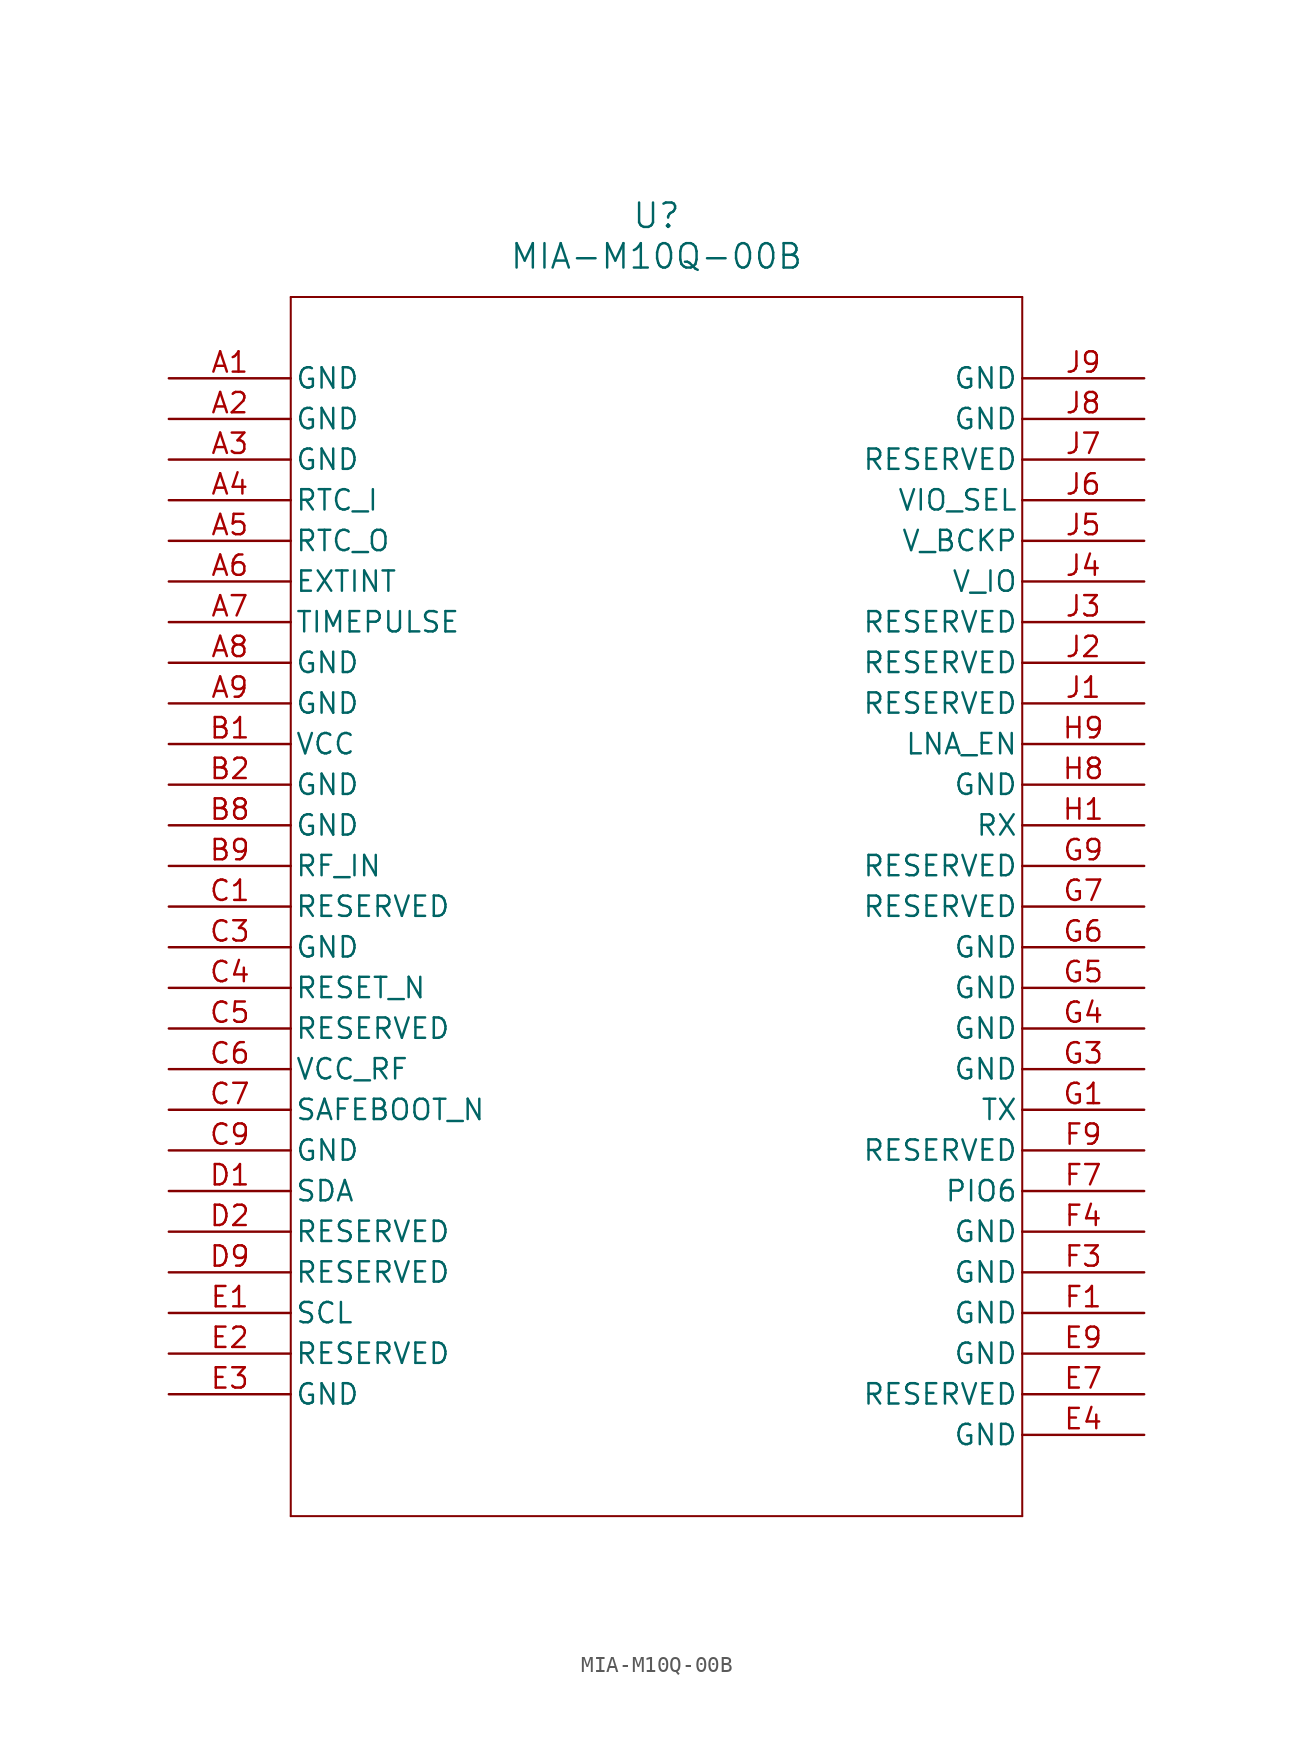
<source format=kicad_sym>
(kicad_symbol_lib
  (version 20211014)
  (generator kicad_symbol_editor)
  (symbol "MIA-M10Q-00B"
    (pin_names
      (offset 0.254))
    (property "Reference" "U"
      (at 30.48 10.16 0)
      (effects (font (size 1.524 1.524))))
    (property "Value" "MIA-M10Q-00B"
      (at 30.48 7.62 0)
      (effects (font (size 1.524 1.524))))
    (symbol "MIA-M10Q-00B_0_1"
      (polyline (pts (xy 7.62 5.08) (xy 7.62 -71.12)) (stroke (width 0.127) (type default) (color 0 0 0 0)) (fill (type none)))
      (polyline (pts (xy 7.62 -71.12) (xy 53.34 -71.12)) (stroke (width 0.127) (type default) (color 0 0 0 0)) (fill (type none)))
      (polyline (pts (xy 53.34 -71.12) (xy 53.34 5.08)) (stroke (width 0.127) (type default) (color 0 0 0 0)) (fill (type none)))
      (polyline (pts (xy 53.34 5.08) (xy 7.62 5.08)) (stroke (width 0.127) (type default) (color 0 0 0 0)) (fill (type none)))
      (pin power_out line (at 0 0 0) (length 7.62) (name "GND" (effects (font (size 1.27 1.27)))) (number "A1" (effects (font (size 1.27 1.27)))))
      (pin power_out line (at 0 -2.54 0) (length 7.62) (name "GND" (effects (font (size 1.27 1.27)))) (number "A2" (effects (font (size 1.27 1.27)))))
      (pin power_out line (at 0 -5.08 0) (length 7.62) (name "GND" (effects (font (size 1.27 1.27)))) (number "A3" (effects (font (size 1.27 1.27)))))
      (pin unspecified line (at 0 -7.62 0) (length 7.62) (name "RTC_I" (effects (font (size 1.27 1.27)))) (number "A4" (effects (font (size 1.27 1.27)))))
      (pin unspecified line (at 0 -10.16 0) (length 7.62) (name "RTC_O" (effects (font (size 1.27 1.27)))) (number "A5" (effects (font (size 1.27 1.27)))))
      (pin unspecified line (at 0 -12.7 0) (length 7.62) (name "EXTINT" (effects (font (size 1.27 1.27)))) (number "A6" (effects (font (size 1.27 1.27)))))
      (pin unspecified line (at 0 -15.24 0) (length 7.62) (name "TIMEPULSE" (effects (font (size 1.27 1.27)))) (number "A7" (effects (font (size 1.27 1.27)))))
      (pin power_out line (at 0 -17.78 0) (length 7.62) (name "GND" (effects (font (size 1.27 1.27)))) (number "A8" (effects (font (size 1.27 1.27)))))
      (pin power_out line (at 0 -20.32 0) (length 7.62) (name "GND" (effects (font (size 1.27 1.27)))) (number "A9" (effects (font (size 1.27 1.27)))))
      (pin power_in line (at 0 -22.86 0) (length 7.62) (name "VCC" (effects (font (size 1.27 1.27)))) (number "B1" (effects (font (size 1.27 1.27)))))
      (pin power_out line (at 0 -25.4 0) (length 7.62) (name "GND" (effects (font (size 1.27 1.27)))) (number "B2" (effects (font (size 1.27 1.27)))))
      (pin power_out line (at 0 -27.94 0) (length 7.62) (name "GND" (effects (font (size 1.27 1.27)))) (number "B8" (effects (font (size 1.27 1.27)))))
      (pin unspecified line (at 0 -30.48 0) (length 7.62) (name "RF_IN" (effects (font (size 1.27 1.27)))) (number "B9" (effects (font (size 1.27 1.27)))))
      (pin unspecified line (at 0 -33.02 0) (length 7.62) (name "RESERVED" (effects (font (size 1.27 1.27)))) (number "C1" (effects (font (size 1.27 1.27)))))
      (pin power_out line (at 0 -35.56 0) (length 7.62) (name "GND" (effects (font (size 1.27 1.27)))) (number "C3" (effects (font (size 1.27 1.27)))))
      (pin unspecified line (at 0 -38.1 0) (length 7.62) (name "RESET_N" (effects (font (size 1.27 1.27)))) (number "C4" (effects (font (size 1.27 1.27)))))
      (pin unspecified line (at 0 -40.64 0) (length 7.62) (name "RESERVED" (effects (font (size 1.27 1.27)))) (number "C5" (effects (font (size 1.27 1.27)))))
      (pin power_in line (at 0 -43.18 0) (length 7.62) (name "VCC_RF" (effects (font (size 1.27 1.27)))) (number "C6" (effects (font (size 1.27 1.27)))))
      (pin unspecified line (at 0 -45.72 0) (length 7.62) (name "SAFEBOOT_N" (effects (font (size 1.27 1.27)))) (number "C7" (effects (font (size 1.27 1.27)))))
      (pin power_out line (at 0 -48.26 0) (length 7.62) (name "GND" (effects (font (size 1.27 1.27)))) (number "C9" (effects (font (size 1.27 1.27)))))
      (pin unspecified line (at 0 -50.8 0) (length 7.62) (name "SDA" (effects (font (size 1.27 1.27)))) (number "D1" (effects (font (size 1.27 1.27)))))
      (pin unspecified line (at 0 -53.34 0) (length 7.62) (name "RESERVED" (effects (font (size 1.27 1.27)))) (number "D2" (effects (font (size 1.27 1.27)))))
      (pin unspecified line (at 0 -55.88 0) (length 7.62) (name "RESERVED" (effects (font (size 1.27 1.27)))) (number "D9" (effects (font (size 1.27 1.27)))))
      (pin unspecified line (at 0 -58.42 0) (length 7.62) (name "SCL" (effects (font (size 1.27 1.27)))) (number "E1" (effects (font (size 1.27 1.27)))))
      (pin unspecified line (at 0 -60.96 0) (length 7.62) (name "RESERVED" (effects (font (size 1.27 1.27)))) (number "E2" (effects (font (size 1.27 1.27)))))
      (pin power_out line (at 0 -63.5 0) (length 7.62) (name "GND" (effects (font (size 1.27 1.27)))) (number "E3" (effects (font (size 1.27 1.27)))))
      (pin power_out line (at 60.96 -66.04 180) (length 7.62) (name "GND" (effects (font (size 1.27 1.27)))) (number "E4" (effects (font (size 1.27 1.27)))))
      (pin unspecified line (at 60.96 -63.5 180) (length 7.62) (name "RESERVED" (effects (font (size 1.27 1.27)))) (number "E7" (effects (font (size 1.27 1.27)))))
      (pin power_out line (at 60.96 -60.96 180) (length 7.62) (name "GND" (effects (font (size 1.27 1.27)))) (number "E9" (effects (font (size 1.27 1.27)))))
      (pin power_out line (at 60.96 -58.42 180) (length 7.62) (name "GND" (effects (font (size 1.27 1.27)))) (number "F1" (effects (font (size 1.27 1.27)))))
      (pin power_out line (at 60.96 -55.88 180) (length 7.62) (name "GND" (effects (font (size 1.27 1.27)))) (number "F3" (effects (font (size 1.27 1.27)))))
      (pin power_out line (at 60.96 -53.34 180) (length 7.62) (name "GND" (effects (font (size 1.27 1.27)))) (number "F4" (effects (font (size 1.27 1.27)))))
      (pin unspecified line (at 60.96 -50.8 180) (length 7.62) (name "PIO6" (effects (font (size 1.27 1.27)))) (number "F7" (effects (font (size 1.27 1.27)))))
      (pin unspecified line (at 60.96 -48.26 180) (length 7.62) (name "RESERVED" (effects (font (size 1.27 1.27)))) (number "F9" (effects (font (size 1.27 1.27)))))
      (pin unspecified line (at 60.96 -45.72 180) (length 7.62) (name "TX" (effects (font (size 1.27 1.27)))) (number "G1" (effects (font (size 1.27 1.27)))))
      (pin power_out line (at 60.96 -43.18 180) (length 7.62) (name "GND" (effects (font (size 1.27 1.27)))) (number "G3" (effects (font (size 1.27 1.27)))))
      (pin power_out line (at 60.96 -40.64 180) (length 7.62) (name "GND" (effects (font (size 1.27 1.27)))) (number "G4" (effects (font (size 1.27 1.27)))))
      (pin power_out line (at 60.96 -38.1 180) (length 7.62) (name "GND" (effects (font (size 1.27 1.27)))) (number "G5" (effects (font (size 1.27 1.27)))))
      (pin power_out line (at 60.96 -35.56 180) (length 7.62) (name "GND" (effects (font (size 1.27 1.27)))) (number "G6" (effects (font (size 1.27 1.27)))))
      (pin unspecified line (at 60.96 -33.02 180) (length 7.62) (name "RESERVED" (effects (font (size 1.27 1.27)))) (number "G7" (effects (font (size 1.27 1.27)))))
      (pin unspecified line (at 60.96 -30.48 180) (length 7.62) (name "RESERVED" (effects (font (size 1.27 1.27)))) (number "G9" (effects (font (size 1.27 1.27)))))
      (pin unspecified line (at 60.96 -27.94 180) (length 7.62) (name "RX" (effects (font (size 1.27 1.27)))) (number "H1" (effects (font (size 1.27 1.27)))))
      (pin power_out line (at 60.96 -25.4 180) (length 7.62) (name "GND" (effects (font (size 1.27 1.27)))) (number "H8" (effects (font (size 1.27 1.27)))))
      (pin unspecified line (at 60.96 -22.86 180) (length 7.62) (name "LNA_EN" (effects (font (size 1.27 1.27)))) (number "H9" (effects (font (size 1.27 1.27)))))
      (pin unspecified line (at 60.96 -20.32 180) (length 7.62) (name "RESERVED" (effects (font (size 1.27 1.27)))) (number "J1" (effects (font (size 1.27 1.27)))))
      (pin unspecified line (at 60.96 -17.78 180) (length 7.62) (name "RESERVED" (effects (font (size 1.27 1.27)))) (number "J2" (effects (font (size 1.27 1.27)))))
      (pin unspecified line (at 60.96 -15.24 180) (length 7.62) (name "RESERVED" (effects (font (size 1.27 1.27)))) (number "J3" (effects (font (size 1.27 1.27)))))
      (pin unspecified line (at 60.96 -12.7 180) (length 7.62) (name "V_IO" (effects (font (size 1.27 1.27)))) (number "J4" (effects (font (size 1.27 1.27)))))
      (pin unspecified line (at 60.96 -10.16 180) (length 7.62) (name "V_BCKP" (effects (font (size 1.27 1.27)))) (number "J5" (effects (font (size 1.27 1.27)))))
      (pin unspecified line (at 60.96 -7.62 180) (length 7.62) (name "VIO_SEL" (effects (font (size 1.27 1.27)))) (number "J6" (effects (font (size 1.27 1.27)))))
      (pin unspecified line (at 60.96 -5.08 180) (length 7.62) (name "RESERVED" (effects (font (size 1.27 1.27)))) (number "J7" (effects (font (size 1.27 1.27)))))
      (pin power_out line (at 60.96 -2.54 180) (length 7.62) (name "GND" (effects (font (size 1.27 1.27)))) (number "J8" (effects (font (size 1.27 1.27)))))
      (pin power_out line (at 60.96 0 180) (length 7.62) (name "GND" (effects (font (size 1.27 1.27)))) (number "J9" (effects (font (size 1.27 1.27))))))))
</source>
